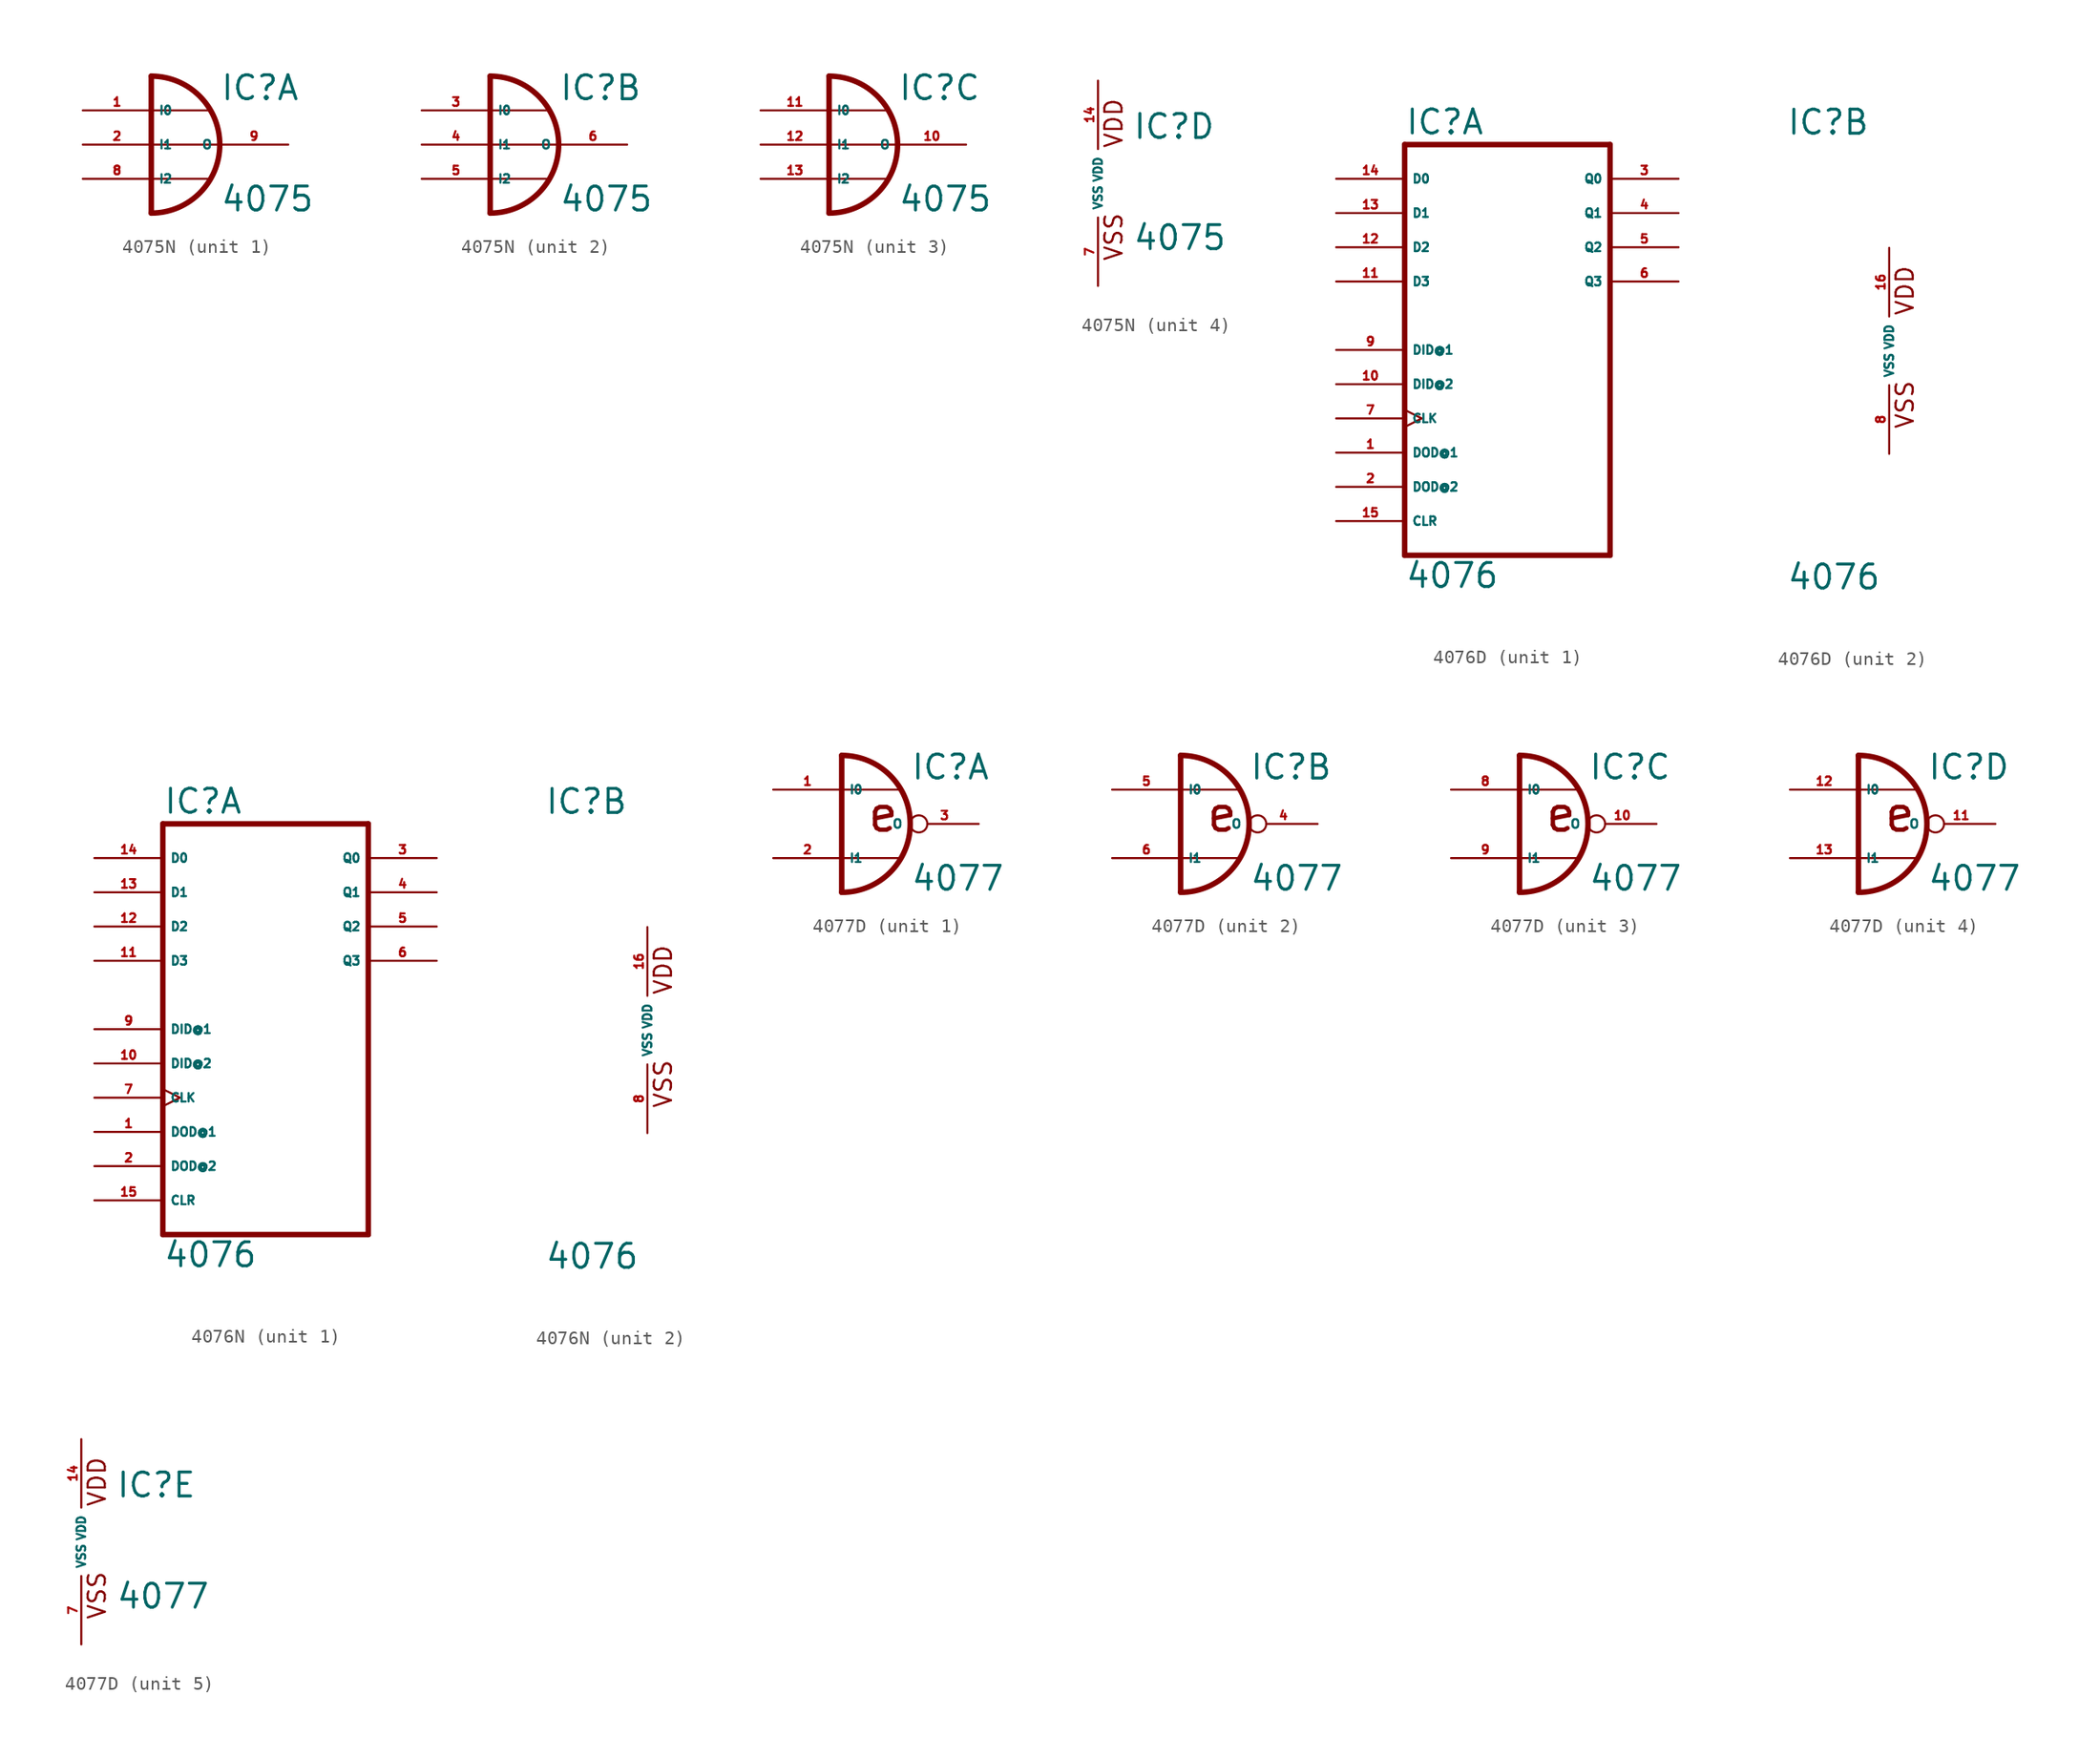
<source format=kicad_sym>
(kicad_symbol_lib
  (version 20220914)
  (generator Eagle2Kicad)
  (symbol "4075N"
    (property "Reference" "IC"
      (at 2.54 3.175 0)
      (effects (font (size 1.778 1.778) (thickness 0.22)) (justify left bottom)))
    (property "Value" "4075"
      (at 2.54 -5.08 0)
      (effects (font (size 1.778 1.778) (thickness 0.22)) (justify left bottom)))
    (symbol "4075N_1_0"
      (polyline (pts (xy -2.54 -2.54) (xy 1.778 -2.54)) (stroke (width 0.152) (type default)) (fill (type none)))
      (polyline (pts (xy -2.54 2.54) (xy 1.778 2.54)) (stroke (width 0.152) (type default)) (fill (type none)))
      (polyline (pts (xy -2.54 0) (xy 2.54 0)) (stroke (width 0.152) (type default)) (fill (type none)))
      (arc (start -2.54 -5.08) (mid 2.540 0.000) (end -2.54 5.08) (stroke (width 0.4064) (type default)) (fill (type none)))
      (polyline (pts (xy -2.54 5.08) (xy -2.54 -5.08)) (stroke (width 0.406) (type default)) (fill (type none)))
      (pin input line (at -7.62 2.54 0) (length 5.08) (name "I0" (effects (font (size 0.635 0.635) (thickness 0.08)) (justify left bottom))) (number "1" (effects (font (size 0.635 0.635) (thickness 0.08)) (justify left bottom))))
      (pin input line (at -7.62 0 0) (length 5.08) (name "I1" (effects (font (size 0.635 0.635) (thickness 0.08)) (justify left bottom))) (number "2" (effects (font (size 0.635 0.635) (thickness 0.08)) (justify left bottom))))
      (pin input line (at -7.62 -2.54 0) (length 5.08) (name "I2" (effects (font (size 0.635 0.635) (thickness 0.08)) (justify left bottom))) (number "8" (effects (font (size 0.635 0.635) (thickness 0.08)) (justify left bottom))))
      (pin output line (at 7.62 0 180) (length 5.08) (name "O" (effects (font (size 0.635 0.635) (thickness 0.08)) (justify left bottom))) (number "9" (effects (font (size 0.635 0.635) (thickness 0.08)) (justify left bottom)))))
    (symbol "4075N_2_0"
      (polyline (pts (xy -2.54 -2.54) (xy 1.778 -2.54)) (stroke (width 0.152) (type default)) (fill (type none)))
      (polyline (pts (xy -2.54 2.54) (xy 1.778 2.54)) (stroke (width 0.152) (type default)) (fill (type none)))
      (polyline (pts (xy -2.54 0) (xy 2.54 0)) (stroke (width 0.152) (type default)) (fill (type none)))
      (arc (start -2.54 -5.08) (mid 2.540 0.000) (end -2.54 5.08) (stroke (width 0.4064) (type default)) (fill (type none)))
      (polyline (pts (xy -2.54 5.08) (xy -2.54 -5.08)) (stroke (width 0.406) (type default)) (fill (type none)))
      (pin input line (at -7.62 2.54 0) (length 5.08) (name "I0" (effects (font (size 0.635 0.635) (thickness 0.08)) (justify left bottom))) (number "3" (effects (font (size 0.635 0.635) (thickness 0.08)) (justify left bottom))))
      (pin input line (at -7.62 0 0) (length 5.08) (name "I1" (effects (font (size 0.635 0.635) (thickness 0.08)) (justify left bottom))) (number "4" (effects (font (size 0.635 0.635) (thickness 0.08)) (justify left bottom))))
      (pin input line (at -7.62 -2.54 0) (length 5.08) (name "I2" (effects (font (size 0.635 0.635) (thickness 0.08)) (justify left bottom))) (number "5" (effects (font (size 0.635 0.635) (thickness 0.08)) (justify left bottom))))
      (pin output line (at 7.62 0 180) (length 5.08) (name "O" (effects (font (size 0.635 0.635) (thickness 0.08)) (justify left bottom))) (number "6" (effects (font (size 0.635 0.635) (thickness 0.08)) (justify left bottom)))))
    (symbol "4075N_3_0"
      (polyline (pts (xy -2.54 -2.54) (xy 1.778 -2.54)) (stroke (width 0.152) (type default)) (fill (type none)))
      (polyline (pts (xy -2.54 2.54) (xy 1.778 2.54)) (stroke (width 0.152) (type default)) (fill (type none)))
      (polyline (pts (xy -2.54 0) (xy 2.54 0)) (stroke (width 0.152) (type default)) (fill (type none)))
      (arc (start -2.54 -5.08) (mid 2.540 0.000) (end -2.54 5.08) (stroke (width 0.4064) (type default)) (fill (type none)))
      (polyline (pts (xy -2.54 5.08) (xy -2.54 -5.08)) (stroke (width 0.406) (type default)) (fill (type none)))
      (pin input line (at -7.62 2.54 0) (length 5.08) (name "I0" (effects (font (size 0.635 0.635) (thickness 0.08)) (justify left bottom))) (number "11" (effects (font (size 0.635 0.635) (thickness 0.08)) (justify left bottom))))
      (pin input line (at -7.62 0 0) (length 5.08) (name "I1" (effects (font (size 0.635 0.635) (thickness 0.08)) (justify left bottom))) (number "12" (effects (font (size 0.635 0.635) (thickness 0.08)) (justify left bottom))))
      (pin input line (at -7.62 -2.54 0) (length 5.08) (name "I2" (effects (font (size 0.635 0.635) (thickness 0.08)) (justify left bottom))) (number "13" (effects (font (size 0.635 0.635) (thickness 0.08)) (justify left bottom))))
      (pin output line (at 7.62 0 180) (length 5.08) (name "O" (effects (font (size 0.635 0.635) (thickness 0.08)) (justify left bottom))) (number "10" (effects (font (size 0.635 0.635) (thickness 0.08)) (justify left bottom)))))
    (symbol "4075N_4_0"
      (text "VDD" (at 1.905 2.54 900) (effects (font (size 1.27 1.27) (thickness 0.16)) (justify left bottom)))
      (text "VSS" (at 1.905 -5.842 900) (effects (font (size 1.27 1.27) (thickness 0.16)) (justify left bottom)))
      (pin unspecified line (at 0 -7.62 90) (length 5.08) (name "VSS" (effects (font (size 0.635 0.635) (thickness 0.08)) (justify left bottom))) (number "7" (effects (font (size 0.635 0.635) (thickness 0.08)) (justify left bottom))))
      (pin unspecified line (at 0 7.62 270) (length 5.08) (name "VDD" (effects (font (size 0.635 0.635) (thickness 0.08)) (justify left bottom))) (number "14" (effects (font (size 0.635 0.635) (thickness 0.08)) (justify left bottom))))))
  (symbol "4076D"
    (property "Reference" "IC"
      (at -7.62 15.875 0)
      (effects (font (size 1.778 1.778) (thickness 0.22)) (justify left bottom)))
    (property "Value" "4076"
      (at -7.62 -17.78 0)
      (effects (font (size 1.778 1.778) (thickness 0.22)) (justify left bottom)))
    (symbol "4076D_1_0"
      (polyline (pts (xy -7.62 -15.24) (xy 7.62 -15.24)) (stroke (width 0.406) (type default)) (fill (type none)))
      (polyline (pts (xy 7.62 -15.24) (xy 7.62 15.24)) (stroke (width 0.406) (type default)) (fill (type none)))
      (polyline (pts (xy 7.62 15.24) (xy -7.62 15.24)) (stroke (width 0.406) (type default)) (fill (type none)))
      (polyline (pts (xy -7.62 15.24) (xy -7.62 -15.24)) (stroke (width 0.406) (type default)) (fill (type none)))
      (pin input line (at -12.7 -7.62 0) (length 5.08) (name "DOD@1" (effects (font (size 0.635 0.635) (thickness 0.08)) (justify left bottom))) (number "1" (effects (font (size 0.635 0.635) (thickness 0.08)) (justify left bottom))))
      (pin input line (at -12.7 -10.16 0) (length 5.08) (name "DOD@2" (effects (font (size 0.635 0.635) (thickness 0.08)) (justify left bottom))) (number "2" (effects (font (size 0.635 0.635) (thickness 0.08)) (justify left bottom))))
      (pin output line (at 12.7 12.7 180) (length 5.08) (name "Q0" (effects (font (size 0.635 0.635) (thickness 0.08)) (justify left bottom))) (number "3" (effects (font (size 0.635 0.635) (thickness 0.08)) (justify left bottom))))
      (pin output line (at 12.7 10.16 180) (length 5.08) (name "Q1" (effects (font (size 0.635 0.635) (thickness 0.08)) (justify left bottom))) (number "4" (effects (font (size 0.635 0.635) (thickness 0.08)) (justify left bottom))))
      (pin output line (at 12.7 7.62 180) (length 5.08) (name "Q2" (effects (font (size 0.635 0.635) (thickness 0.08)) (justify left bottom))) (number "5" (effects (font (size 0.635 0.635) (thickness 0.08)) (justify left bottom))))
      (pin output line (at 12.7 5.08 180) (length 5.08) (name "Q3" (effects (font (size 0.635 0.635) (thickness 0.08)) (justify left bottom))) (number "6" (effects (font (size 0.635 0.635) (thickness 0.08)) (justify left bottom))))
      (pin input clock (at -12.7 -5.08 0) (length 5.08) (name "CLK" (effects (font (size 0.635 0.635) (thickness 0.08)) (justify left bottom))) (number "7" (effects (font (size 0.635 0.635) (thickness 0.08)) (justify left bottom))))
      (pin input line (at -12.7 0 0) (length 5.08) (name "DID@1" (effects (font (size 0.635 0.635) (thickness 0.08)) (justify left bottom))) (number "9" (effects (font (size 0.635 0.635) (thickness 0.08)) (justify left bottom))))
      (pin input line (at -12.7 -2.54 0) (length 5.08) (name "DID@2" (effects (font (size 0.635 0.635) (thickness 0.08)) (justify left bottom))) (number "10" (effects (font (size 0.635 0.635) (thickness 0.08)) (justify left bottom))))
      (pin input line (at -12.7 5.08 0) (length 5.08) (name "D3" (effects (font (size 0.635 0.635) (thickness 0.08)) (justify left bottom))) (number "11" (effects (font (size 0.635 0.635) (thickness 0.08)) (justify left bottom))))
      (pin input line (at -12.7 7.62 0) (length 5.08) (name "D2" (effects (font (size 0.635 0.635) (thickness 0.08)) (justify left bottom))) (number "12" (effects (font (size 0.635 0.635) (thickness 0.08)) (justify left bottom))))
      (pin input line (at -12.7 10.16 0) (length 5.08) (name "D1" (effects (font (size 0.635 0.635) (thickness 0.08)) (justify left bottom))) (number "13" (effects (font (size 0.635 0.635) (thickness 0.08)) (justify left bottom))))
      (pin input line (at -12.7 12.7 0) (length 5.08) (name "D0" (effects (font (size 0.635 0.635) (thickness 0.08)) (justify left bottom))) (number "14" (effects (font (size 0.635 0.635) (thickness 0.08)) (justify left bottom))))
      (pin input line (at -12.7 -12.7 0) (length 5.08) (name "CLR" (effects (font (size 0.635 0.635) (thickness 0.08)) (justify left bottom))) (number "15" (effects (font (size 0.635 0.635) (thickness 0.08)) (justify left bottom)))))
    (symbol "4076D_2_0"
      (text "VDD" (at 1.905 2.54 900) (effects (font (size 1.27 1.27) (thickness 0.16)) (justify left bottom)))
      (text "VSS" (at 1.905 -5.842 900) (effects (font (size 1.27 1.27) (thickness 0.16)) (justify left bottom)))
      (pin unspecified line (at 0 -7.62 90) (length 5.08) (name "VSS" (effects (font (size 0.635 0.635) (thickness 0.08)) (justify left bottom))) (number "8" (effects (font (size 0.635 0.635) (thickness 0.08)) (justify left bottom))))
      (pin unspecified line (at 0 7.62 270) (length 5.08) (name "VDD" (effects (font (size 0.635 0.635) (thickness 0.08)) (justify left bottom))) (number "16" (effects (font (size 0.635 0.635) (thickness 0.08)) (justify left bottom))))))
  (symbol "4076N"
    (property "Reference" "IC"
      (at -7.62 15.875 0)
      (effects (font (size 1.778 1.778) (thickness 0.22)) (justify left bottom)))
    (property "Value" "4076"
      (at -7.62 -17.78 0)
      (effects (font (size 1.778 1.778) (thickness 0.22)) (justify left bottom)))
    (symbol "4076N_1_0"
      (polyline (pts (xy -7.62 -15.24) (xy 7.62 -15.24)) (stroke (width 0.406) (type default)) (fill (type none)))
      (polyline (pts (xy 7.62 -15.24) (xy 7.62 15.24)) (stroke (width 0.406) (type default)) (fill (type none)))
      (polyline (pts (xy 7.62 15.24) (xy -7.62 15.24)) (stroke (width 0.406) (type default)) (fill (type none)))
      (polyline (pts (xy -7.62 15.24) (xy -7.62 -15.24)) (stroke (width 0.406) (type default)) (fill (type none)))
      (pin input line (at -12.7 -7.62 0) (length 5.08) (name "DOD@1" (effects (font (size 0.635 0.635) (thickness 0.08)) (justify left bottom))) (number "1" (effects (font (size 0.635 0.635) (thickness 0.08)) (justify left bottom))))
      (pin input line (at -12.7 -10.16 0) (length 5.08) (name "DOD@2" (effects (font (size 0.635 0.635) (thickness 0.08)) (justify left bottom))) (number "2" (effects (font (size 0.635 0.635) (thickness 0.08)) (justify left bottom))))
      (pin output line (at 12.7 12.7 180) (length 5.08) (name "Q0" (effects (font (size 0.635 0.635) (thickness 0.08)) (justify left bottom))) (number "3" (effects (font (size 0.635 0.635) (thickness 0.08)) (justify left bottom))))
      (pin output line (at 12.7 10.16 180) (length 5.08) (name "Q1" (effects (font (size 0.635 0.635) (thickness 0.08)) (justify left bottom))) (number "4" (effects (font (size 0.635 0.635) (thickness 0.08)) (justify left bottom))))
      (pin output line (at 12.7 7.62 180) (length 5.08) (name "Q2" (effects (font (size 0.635 0.635) (thickness 0.08)) (justify left bottom))) (number "5" (effects (font (size 0.635 0.635) (thickness 0.08)) (justify left bottom))))
      (pin output line (at 12.7 5.08 180) (length 5.08) (name "Q3" (effects (font (size 0.635 0.635) (thickness 0.08)) (justify left bottom))) (number "6" (effects (font (size 0.635 0.635) (thickness 0.08)) (justify left bottom))))
      (pin input clock (at -12.7 -5.08 0) (length 5.08) (name "CLK" (effects (font (size 0.635 0.635) (thickness 0.08)) (justify left bottom))) (number "7" (effects (font (size 0.635 0.635) (thickness 0.08)) (justify left bottom))))
      (pin input line (at -12.7 0 0) (length 5.08) (name "DID@1" (effects (font (size 0.635 0.635) (thickness 0.08)) (justify left bottom))) (number "9" (effects (font (size 0.635 0.635) (thickness 0.08)) (justify left bottom))))
      (pin input line (at -12.7 -2.54 0) (length 5.08) (name "DID@2" (effects (font (size 0.635 0.635) (thickness 0.08)) (justify left bottom))) (number "10" (effects (font (size 0.635 0.635) (thickness 0.08)) (justify left bottom))))
      (pin input line (at -12.7 5.08 0) (length 5.08) (name "D3" (effects (font (size 0.635 0.635) (thickness 0.08)) (justify left bottom))) (number "11" (effects (font (size 0.635 0.635) (thickness 0.08)) (justify left bottom))))
      (pin input line (at -12.7 7.62 0) (length 5.08) (name "D2" (effects (font (size 0.635 0.635) (thickness 0.08)) (justify left bottom))) (number "12" (effects (font (size 0.635 0.635) (thickness 0.08)) (justify left bottom))))
      (pin input line (at -12.7 10.16 0) (length 5.08) (name "D1" (effects (font (size 0.635 0.635) (thickness 0.08)) (justify left bottom))) (number "13" (effects (font (size 0.635 0.635) (thickness 0.08)) (justify left bottom))))
      (pin input line (at -12.7 12.7 0) (length 5.08) (name "D0" (effects (font (size 0.635 0.635) (thickness 0.08)) (justify left bottom))) (number "14" (effects (font (size 0.635 0.635) (thickness 0.08)) (justify left bottom))))
      (pin input line (at -12.7 -12.7 0) (length 5.08) (name "CLR" (effects (font (size 0.635 0.635) (thickness 0.08)) (justify left bottom))) (number "15" (effects (font (size 0.635 0.635) (thickness 0.08)) (justify left bottom)))))
    (symbol "4076N_2_0"
      (text "VDD" (at 1.905 2.54 900) (effects (font (size 1.27 1.27) (thickness 0.16)) (justify left bottom)))
      (text "VSS" (at 1.905 -5.842 900) (effects (font (size 1.27 1.27) (thickness 0.16)) (justify left bottom)))
      (pin unspecified line (at 0 -7.62 90) (length 5.08) (name "VSS" (effects (font (size 0.635 0.635) (thickness 0.08)) (justify left bottom))) (number "8" (effects (font (size 0.635 0.635) (thickness 0.08)) (justify left bottom))))
      (pin unspecified line (at 0 7.62 270) (length 5.08) (name "VDD" (effects (font (size 0.635 0.635) (thickness 0.08)) (justify left bottom))) (number "16" (effects (font (size 0.635 0.635) (thickness 0.08)) (justify left bottom))))))
  (symbol "4077D"
    (property "Reference" "IC"
      (at 2.54 3.175 0)
      (effects (font (size 1.778 1.778) (thickness 0.22)) (justify left bottom)))
    (property "Value" "4077"
      (at 2.54 -5.08 0)
      (effects (font (size 1.778 1.778) (thickness 0.22)) (justify left bottom)))
    (symbol "4077D_1_0"
      (arc (start -2.54 -5.08) (mid 2.540 0.000) (end -2.54 5.08) (stroke (width 0.4064) (type default)) (fill (type none)))
      (polyline (pts (xy 1.778 2.54) (xy -2.54 2.54)) (stroke (width 0.152) (type default)) (fill (type none)))
      (polyline (pts (xy 1.778 -2.54) (xy -2.54 -2.54)) (stroke (width 0.152) (type default)) (fill (type none)))
      (polyline (pts (xy -2.54 5.08) (xy -2.54 -5.08)) (stroke (width 0.406) (type default)) (fill (type none)))
      (text "e" (at -0.762 -0.762 0) (effects (font (size 2.54 2.54) (thickness 0.32)) (justify left bottom)))
      (pin input line (at -7.62 2.54 0) (length 5.08) (name "I0" (effects (font (size 0.635 0.635) (thickness 0.08)) (justify left bottom))) (number "1" (effects (font (size 0.635 0.635) (thickness 0.08)) (justify left bottom))))
      (pin input line (at -7.62 -2.54 0) (length 5.08) (name "I1" (effects (font (size 0.635 0.635) (thickness 0.08)) (justify left bottom))) (number "2" (effects (font (size 0.635 0.635) (thickness 0.08)) (justify left bottom))))
      (pin output inverted (at 7.62 0 180) (length 5.08) (name "O" (effects (font (size 0.635 0.635) (thickness 0.08)) (justify left bottom))) (number "3" (effects (font (size 0.635 0.635) (thickness 0.08)) (justify left bottom)))))
    (symbol "4077D_2_0"
      (arc (start -2.54 -5.08) (mid 2.540 0.000) (end -2.54 5.08) (stroke (width 0.4064) (type default)) (fill (type none)))
      (polyline (pts (xy 1.778 2.54) (xy -2.54 2.54)) (stroke (width 0.152) (type default)) (fill (type none)))
      (polyline (pts (xy 1.778 -2.54) (xy -2.54 -2.54)) (stroke (width 0.152) (type default)) (fill (type none)))
      (polyline (pts (xy -2.54 5.08) (xy -2.54 -5.08)) (stroke (width 0.406) (type default)) (fill (type none)))
      (text "e" (at -0.762 -0.762 0) (effects (font (size 2.54 2.54) (thickness 0.32)) (justify left bottom)))
      (pin input line (at -7.62 2.54 0) (length 5.08) (name "I0" (effects (font (size 0.635 0.635) (thickness 0.08)) (justify left bottom))) (number "5" (effects (font (size 0.635 0.635) (thickness 0.08)) (justify left bottom))))
      (pin input line (at -7.62 -2.54 0) (length 5.08) (name "I1" (effects (font (size 0.635 0.635) (thickness 0.08)) (justify left bottom))) (number "6" (effects (font (size 0.635 0.635) (thickness 0.08)) (justify left bottom))))
      (pin output inverted (at 7.62 0 180) (length 5.08) (name "O" (effects (font (size 0.635 0.635) (thickness 0.08)) (justify left bottom))) (number "4" (effects (font (size 0.635 0.635) (thickness 0.08)) (justify left bottom)))))
    (symbol "4077D_3_0"
      (arc (start -2.54 -5.08) (mid 2.540 0.000) (end -2.54 5.08) (stroke (width 0.4064) (type default)) (fill (type none)))
      (polyline (pts (xy 1.778 2.54) (xy -2.54 2.54)) (stroke (width 0.152) (type default)) (fill (type none)))
      (polyline (pts (xy 1.778 -2.54) (xy -2.54 -2.54)) (stroke (width 0.152) (type default)) (fill (type none)))
      (polyline (pts (xy -2.54 5.08) (xy -2.54 -5.08)) (stroke (width 0.406) (type default)) (fill (type none)))
      (text "e" (at -0.762 -0.762 0) (effects (font (size 2.54 2.54) (thickness 0.32)) (justify left bottom)))
      (pin input line (at -7.62 2.54 0) (length 5.08) (name "I0" (effects (font (size 0.635 0.635) (thickness 0.08)) (justify left bottom))) (number "8" (effects (font (size 0.635 0.635) (thickness 0.08)) (justify left bottom))))
      (pin input line (at -7.62 -2.54 0) (length 5.08) (name "I1" (effects (font (size 0.635 0.635) (thickness 0.08)) (justify left bottom))) (number "9" (effects (font (size 0.635 0.635) (thickness 0.08)) (justify left bottom))))
      (pin output inverted (at 7.62 0 180) (length 5.08) (name "O" (effects (font (size 0.635 0.635) (thickness 0.08)) (justify left bottom))) (number "10" (effects (font (size 0.635 0.635) (thickness 0.08)) (justify left bottom)))))
    (symbol "4077D_4_0"
      (arc (start -2.54 -5.08) (mid 2.540 0.000) (end -2.54 5.08) (stroke (width 0.4064) (type default)) (fill (type none)))
      (polyline (pts (xy 1.778 2.54) (xy -2.54 2.54)) (stroke (width 0.152) (type default)) (fill (type none)))
      (polyline (pts (xy 1.778 -2.54) (xy -2.54 -2.54)) (stroke (width 0.152) (type default)) (fill (type none)))
      (polyline (pts (xy -2.54 5.08) (xy -2.54 -5.08)) (stroke (width 0.406) (type default)) (fill (type none)))
      (text "e" (at -0.762 -0.762 0) (effects (font (size 2.54 2.54) (thickness 0.32)) (justify left bottom)))
      (pin input line (at -7.62 2.54 0) (length 5.08) (name "I0" (effects (font (size 0.635 0.635) (thickness 0.08)) (justify left bottom))) (number "12" (effects (font (size 0.635 0.635) (thickness 0.08)) (justify left bottom))))
      (pin input line (at -7.62 -2.54 0) (length 5.08) (name "I1" (effects (font (size 0.635 0.635) (thickness 0.08)) (justify left bottom))) (number "13" (effects (font (size 0.635 0.635) (thickness 0.08)) (justify left bottom))))
      (pin output inverted (at 7.62 0 180) (length 5.08) (name "O" (effects (font (size 0.635 0.635) (thickness 0.08)) (justify left bottom))) (number "11" (effects (font (size 0.635 0.635) (thickness 0.08)) (justify left bottom)))))
    (symbol "4077D_5_0"
      (text "VDD" (at 1.905 2.54 900) (effects (font (size 1.27 1.27) (thickness 0.16)) (justify left bottom)))
      (text "VSS" (at 1.905 -5.842 900) (effects (font (size 1.27 1.27) (thickness 0.16)) (justify left bottom)))
      (pin unspecified line (at 0 -7.62 90) (length 5.08) (name "VSS" (effects (font (size 0.635 0.635) (thickness 0.08)) (justify left bottom))) (number "7" (effects (font (size 0.635 0.635) (thickness 0.08)) (justify left bottom))))
      (pin unspecified line (at 0 7.62 270) (length 5.08) (name "VDD" (effects (font (size 0.635 0.635) (thickness 0.08)) (justify left bottom))) (number "14" (effects (font (size 0.635 0.635) (thickness 0.08)) (justify left bottom)))))))
</source>
